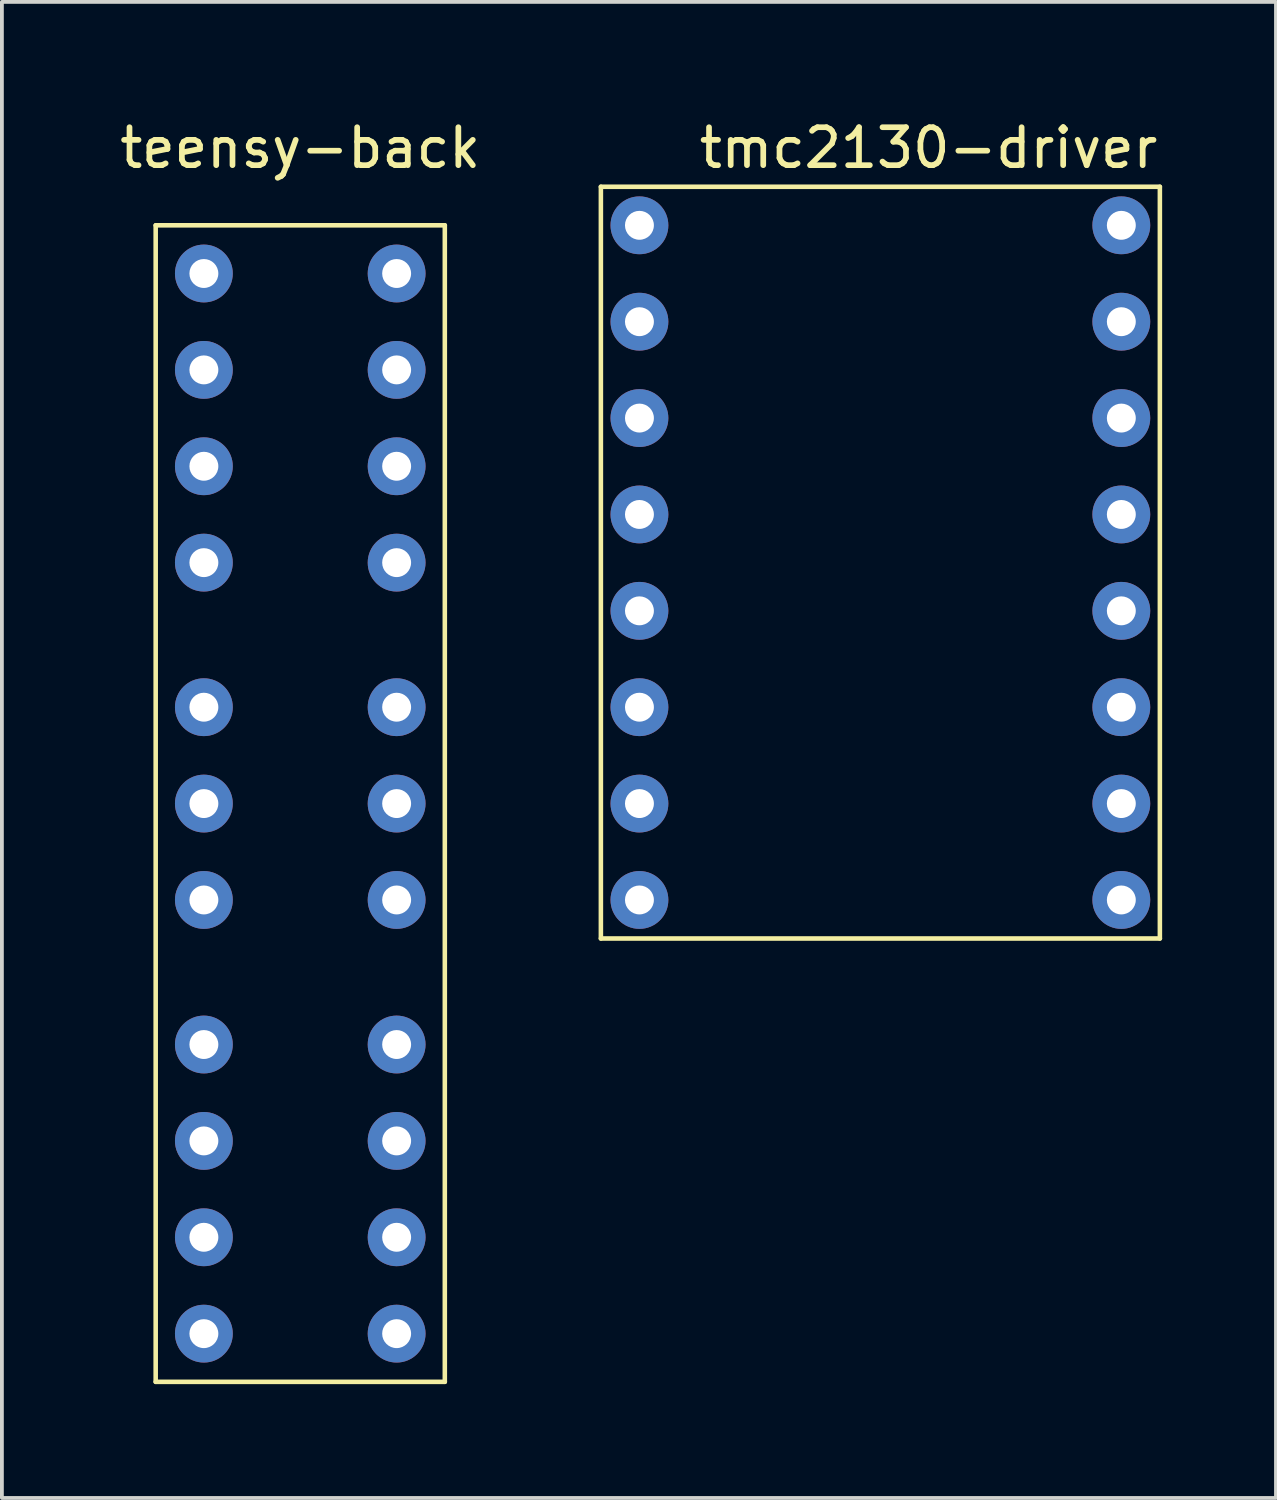
<source format=kicad_pcb>
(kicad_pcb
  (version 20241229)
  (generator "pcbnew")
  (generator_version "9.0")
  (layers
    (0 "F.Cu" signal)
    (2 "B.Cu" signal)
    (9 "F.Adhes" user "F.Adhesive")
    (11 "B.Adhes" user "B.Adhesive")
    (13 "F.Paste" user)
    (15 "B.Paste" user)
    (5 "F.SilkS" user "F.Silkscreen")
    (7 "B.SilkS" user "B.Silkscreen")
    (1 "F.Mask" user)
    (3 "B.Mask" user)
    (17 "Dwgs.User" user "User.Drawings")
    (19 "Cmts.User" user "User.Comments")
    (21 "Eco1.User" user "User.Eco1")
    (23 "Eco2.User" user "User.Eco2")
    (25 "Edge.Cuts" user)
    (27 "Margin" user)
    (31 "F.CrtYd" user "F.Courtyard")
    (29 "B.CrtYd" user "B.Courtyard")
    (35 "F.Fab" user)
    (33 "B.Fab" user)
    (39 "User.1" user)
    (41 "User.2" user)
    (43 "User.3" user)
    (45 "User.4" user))
  (footprint "teensy-back"
    (layer "F.Cu")
    (at 4.863 0.348)
    (property "Reference" "teensy-back" (at 0 0.5 0) (layer "F.SilkS") (effects (font (size 1 1) (thickness 0.15))))
    (attr through_hole)
    (fp_line (start -3.81 2.54) (end 3.81 2.54) (stroke (width 0.12) (type solid)) (layer "F.SilkS"))
    (fp_line (start -3.81 33.02) (end -3.81 2.54) (stroke (width 0.12) (type solid)) (layer "F.SilkS"))
    (fp_line (start 3.81 2.54) (end 3.81 33.02) (stroke (width 0.12) (type solid)) (layer "F.SilkS"))
    (fp_line (start 3.81 33.02) (end -3.81 33.02) (stroke (width 0.12) (type solid)) (layer "F.SilkS"))
    (pad "40" thru_hole circle (at -2.54 20.32) (size 1.524 1.524) (drill 0.762) (layers "*.Cu" "*.Mask"))
    (pad "41" thru_hole circle (at -2.54 17.78) (size 1.524 1.524) (drill 0.762) (layers "*.Cu" "*.Mask"))
    (pad "42" thru_hole circle (at -2.54 15.24) (size 1.524 1.524) (drill 0.762) (layers "*.Cu" "*.Mask"))
    (pad "43" thru_hole circle (at -2.54 11.43) (size 1.524 1.524) (drill 0.762) (layers "*.Cu" "*.Mask"))
    (pad "44" thru_hole circle (at -2.54 8.89) (size 1.524 1.524) (drill 0.762) (layers "*.Cu" "*.Mask"))
    (pad "45" thru_hole circle (at -2.54 6.35) (size 1.524 1.524) (drill 0.762) (layers "*.Cu" "*.Mask"))
    (pad "46" thru_hole circle (at -2.54 3.81) (size 1.524 1.524) (drill 0.762) (layers "*.Cu" "*.Mask"))
    (pad "47" thru_hole circle (at 2.54 3.81) (size 1.524 1.524) (drill 0.762) (layers "*.Cu" "*.Mask"))
    (pad "48" thru_hole circle (at 2.54 6.35) (size 1.524 1.524) (drill 0.762) (layers "*.Cu" "*.Mask"))
    (pad "49" thru_hole circle (at 2.54 8.89) (size 1.524 1.524) (drill 0.762) (layers "*.Cu" "*.Mask"))
    (pad "50" thru_hole circle (at 2.54 11.43) (size 1.524 1.524) (drill 0.762) (layers "*.Cu" "*.Mask"))
    (pad "51" thru_hole circle (at 2.54 15.24) (size 1.524 1.524) (drill 0.762) (layers "*.Cu" "*.Mask"))
    (pad "52" thru_hole circle (at 2.54 17.78) (size 1.524 1.524) (drill 0.762) (layers "*.Cu" "*.Mask"))
    (pad "53" thru_hole circle (at 2.54 20.32) (size 1.524 1.524) (drill 0.762) (layers "*.Cu" "*.Mask"))
    (pad "54" thru_hole circle (at 2.54 24.13) (size 1.524 1.524) (drill 0.762) (layers "*.Cu" "*.Mask"))
    (pad "55" thru_hole circle (at 2.54 26.67) (size 1.524 1.524) (drill 0.762) (layers "*.Cu" "*.Mask"))
    (pad "56" thru_hole circle (at 2.54 29.21) (size 1.524 1.524) (drill 0.762) (layers "*.Cu" "*.Mask"))
    (pad "57" thru_hole circle (at 2.54 31.75) (size 1.524 1.524) (drill 0.762) (layers "*.Cu" "*.Mask"))
    (pad "DC" thru_hole circle (at -2.54 26.67) (size 1.524 1.524) (drill 0.762) (layers "*.Cu" "*.Mask"))
    (pad "DD" thru_hole circle (at -2.54 24.13) (size 1.524 1.524) (drill 0.762) (layers "*.Cu" "*.Mask"))
    (pad "DE" thru_hole circle (at -2.54 29.21) (size 1.524 1.524) (drill 0.762) (layers "*.Cu" "*.Mask"))
    (pad "RESET" thru_hole circle (at -2.54 31.75) (size 1.524 1.524) (drill 0.762) (layers "*.Cu" "*.Mask")))
  (footprint "tmc2130-driver"
    (layer "F.Cu")
    (at 21.422 0.348)
    (property "Reference" "tmc2130-driver" (at 0 0.5 0) (layer "F.SilkS") (effects (font (size 1 1) (thickness 0.15))))
    (attr through_hole)
    (fp_line (start -8.636 1.524) (end 6.096 1.524) (stroke (width 0.12) (type solid)) (layer "F.SilkS"))
    (fp_line (start -8.636 21.336) (end -8.636 1.524) (stroke (width 0.12) (type solid)) (layer "F.SilkS"))
    (fp_line (start 6.096 1.524) (end 6.096 21.336) (stroke (width 0.12) (type solid)) (layer "F.SilkS"))
    (fp_line (start 6.096 21.336) (end -8.636 21.336) (stroke (width 0.12) (type solid)) (layer "F.SilkS"))
    (pad "1" thru_hole circle (at -7.62 2.54) (size 1.524 1.524) (drill 0.762) (layers "*.Cu" "*.Mask"))
    (pad "2" thru_hole circle (at 5.08 2.54) (size 1.524 1.524) (drill 0.762) (layers "*.Cu" "*.Mask"))
    (pad "3" thru_hole circle (at -7.62 5.08) (size 1.524 1.524) (drill 0.762) (layers "*.Cu" "*.Mask"))
    (pad "4" thru_hole circle (at 5.08 5.08) (size 1.524 1.524) (drill 0.762) (layers "*.Cu" "*.Mask"))
    (pad "5" thru_hole circle (at -7.62 7.62) (size 1.524 1.524) (drill 0.762) (layers "*.Cu" "*.Mask"))
    (pad "6" thru_hole circle (at 5.08 7.62) (size 1.524 1.524) (drill 0.762) (layers "*.Cu" "*.Mask"))
    (pad "7" thru_hole circle (at -7.62 10.16) (size 1.524 1.524) (drill 0.762) (layers "*.Cu" "*.Mask"))
    (pad "8" thru_hole circle (at 5.08 10.16) (size 1.524 1.524) (drill 0.762) (layers "*.Cu" "*.Mask"))
    (pad "9" thru_hole circle (at -7.62 12.7) (size 1.524 1.524) (drill 0.762) (layers "*.Cu" "*.Mask"))
    (pad "10" thru_hole circle (at 5.08 12.7) (size 1.524 1.524) (drill 0.762) (layers "*.Cu" "*.Mask"))
    (pad "11" thru_hole circle (at -7.62 15.24) (size 1.524 1.524) (drill 0.762) (layers "*.Cu" "*.Mask"))
    (pad "12" thru_hole circle (at 5.08 15.24) (size 1.524 1.524) (drill 0.762) (layers "*.Cu" "*.Mask"))
    (pad "13" thru_hole circle (at -7.62 17.78) (size 1.524 1.524) (drill 0.762) (layers "*.Cu" "*.Mask"))
    (pad "14" thru_hole circle (at 5.08 17.78) (size 1.524 1.524) (drill 0.762) (layers "*.Cu" "*.Mask"))
    (pad "15" thru_hole circle (at -7.62 20.32) (size 1.524 1.524) (drill 0.762) (layers "*.Cu" "*.Mask"))
    (pad "16" thru_hole circle (at 5.08 20.32) (size 1.524 1.524) (drill 0.762) (layers "*.Cu" "*.Mask")))
  (gr_rect
    (start -3 -3)
    (end 30.578 36.428)
    (stroke (width 0.1) (type default))
    (fill no)
    (layer "Edge.Cuts")))
</source>
